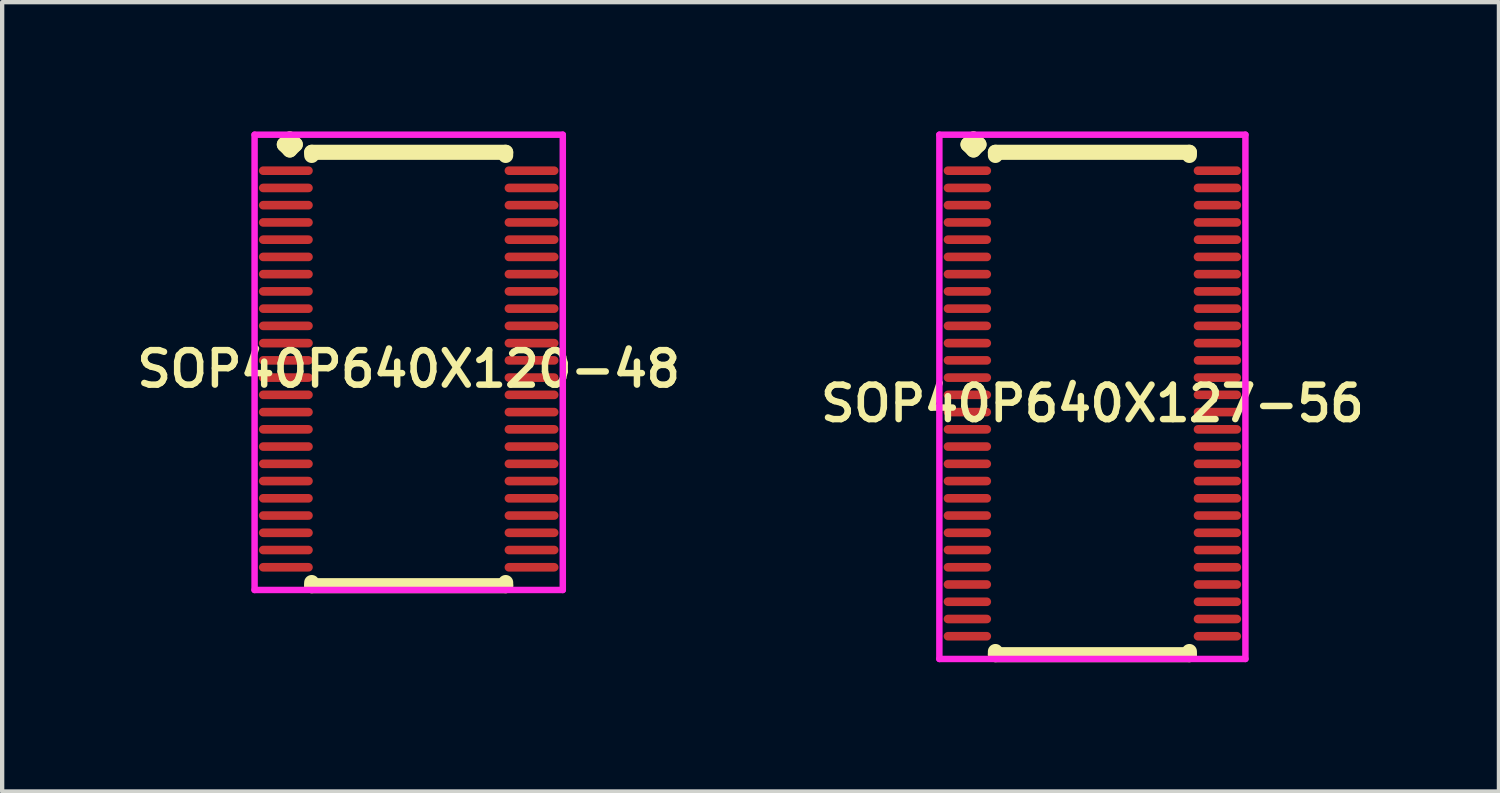
<source format=kicad_pcb>
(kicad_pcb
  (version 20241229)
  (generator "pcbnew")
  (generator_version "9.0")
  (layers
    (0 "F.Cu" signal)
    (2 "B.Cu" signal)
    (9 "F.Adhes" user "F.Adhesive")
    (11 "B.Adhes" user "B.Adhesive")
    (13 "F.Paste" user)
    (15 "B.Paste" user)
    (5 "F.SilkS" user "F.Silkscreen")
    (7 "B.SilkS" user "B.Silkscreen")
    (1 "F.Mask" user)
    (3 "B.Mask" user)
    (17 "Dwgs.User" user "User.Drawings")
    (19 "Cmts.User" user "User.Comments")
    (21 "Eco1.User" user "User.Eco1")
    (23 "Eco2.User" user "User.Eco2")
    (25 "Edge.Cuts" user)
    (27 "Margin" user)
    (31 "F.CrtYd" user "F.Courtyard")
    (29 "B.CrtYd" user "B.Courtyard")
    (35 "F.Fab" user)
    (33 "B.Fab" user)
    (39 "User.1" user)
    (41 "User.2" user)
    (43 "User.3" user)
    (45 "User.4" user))
  (footprint "SOP40P640X127-56"
    (layer "F.Cu")
    (at 22.292 6.31)
    (property "Reference" "SOP40P640X127-56" (at 0 0 0) (layer "F.SilkS") (effects (font (size 0.8 0.8) (thickness 0.15))))
    (attr smd)
    (fp_line (start -2.885 -6.008) (end -2.758 -6.135) (stroke (width 0.35) (type solid)) (layer "F.SilkS"))
    (fp_line (start -2.758 -6.135) (end -2.631 -6.008) (stroke (width 0.35) (type solid)) (layer "F.SilkS"))
    (fp_line (start -2.758 -5.881) (end -2.885 -6.008) (stroke (width 0.35) (type solid)) (layer "F.SilkS"))
    (fp_line (start -2.631 -6.008) (end -2.758 -5.881) (stroke (width 0.35) (type solid)) (layer "F.SilkS"))
    (fp_line (start -2.25 -5.827) (end 2.25 -5.827) (stroke (width 0.35) (type solid)) (layer "F.SilkS"))
    (fp_line (start -2.25 -5.754) (end -2.25 -5.827) (stroke (width 0.35) (type solid)) (layer "F.SilkS"))
    (fp_line (start -2.25 5.754) (end -2.25 5.827) (stroke (width 0.35) (type solid)) (layer "F.SilkS"))
    (fp_line (start -2.25 5.827) (end 2.25 5.827) (stroke (width 0.35) (type solid)) (layer "F.SilkS"))
    (fp_line (start 2.25 -5.827) (end 2.25 -5.754) (stroke (width 0.35) (type solid)) (layer "F.SilkS"))
    (fp_line (start 2.25 5.827) (end 2.25 5.754) (stroke (width 0.35) (type solid)) (layer "F.SilkS"))
    (fp_line (start -3.55 -6.235) (end 3.55 -6.235) (stroke (width 0.15) (type solid)) (layer "F.CrtYd"))
    (fp_line (start -3.55 5.927) (end -3.55 -6.235) (stroke (width 0.15) (type solid)) (layer "F.CrtYd"))
    (fp_line (start 3.55 -6.235) (end 3.55 5.927) (stroke (width 0.15) (type solid)) (layer "F.CrtYd"))
    (fp_line (start 3.55 5.927) (end -3.55 5.927) (stroke (width 0.15) (type solid)) (layer "F.CrtYd"))
    (pad "1" smd oval (at -2.9 -5.4) (size 1.1 0.2) (layers "F.Cu" "F.Mask" "F.Paste"))
    (pad "2" smd oval (at -2.9 -5) (size 1.1 0.2) (layers "F.Cu" "F.Mask" "F.Paste"))
    (pad "3" smd oval (at -2.9 -4.6) (size 1.1 0.2) (layers "F.Cu" "F.Mask" "F.Paste"))
    (pad "4" smd oval (at -2.9 -4.2) (size 1.1 0.2) (layers "F.Cu" "F.Mask" "F.Paste"))
    (pad "5" smd oval (at -2.9 -3.8) (size 1.1 0.2) (layers "F.Cu" "F.Mask" "F.Paste"))
    (pad "6" smd oval (at -2.9 -3.4) (size 1.1 0.2) (layers "F.Cu" "F.Mask" "F.Paste"))
    (pad "7" smd oval (at -2.9 -3) (size 1.1 0.2) (layers "F.Cu" "F.Mask" "F.Paste"))
    (pad "8" smd oval (at -2.9 -2.6) (size 1.1 0.2) (layers "F.Cu" "F.Mask" "F.Paste"))
    (pad "9" smd oval (at -2.9 -2.2) (size 1.1 0.2) (layers "F.Cu" "F.Mask" "F.Paste"))
    (pad "10" smd oval (at -2.9 -1.8) (size 1.1 0.2) (layers "F.Cu" "F.Mask" "F.Paste"))
    (pad "11" smd oval (at -2.9 -1.4) (size 1.1 0.2) (layers "F.Cu" "F.Mask" "F.Paste"))
    (pad "12" smd oval (at -2.9 -1) (size 1.1 0.2) (layers "F.Cu" "F.Mask" "F.Paste"))
    (pad "13" smd oval (at -2.9 -0.6) (size 1.1 0.2) (layers "F.Cu" "F.Mask" "F.Paste"))
    (pad "14" smd oval (at -2.9 -0.2) (size 1.1 0.2) (layers "F.Cu" "F.Mask" "F.Paste"))
    (pad "15" smd oval (at -2.9 0.2) (size 1.1 0.2) (layers "F.Cu" "F.Mask" "F.Paste"))
    (pad "16" smd oval (at -2.9 0.6) (size 1.1 0.2) (layers "F.Cu" "F.Mask" "F.Paste"))
    (pad "17" smd oval (at -2.9 1) (size 1.1 0.2) (layers "F.Cu" "F.Mask" "F.Paste"))
    (pad "18" smd oval (at -2.9 1.4) (size 1.1 0.2) (layers "F.Cu" "F.Mask" "F.Paste"))
    (pad "19" smd oval (at -2.9 1.8) (size 1.1 0.2) (layers "F.Cu" "F.Mask" "F.Paste"))
    (pad "20" smd oval (at -2.9 2.2) (size 1.1 0.2) (layers "F.Cu" "F.Mask" "F.Paste"))
    (pad "21" smd oval (at -2.9 2.6) (size 1.1 0.2) (layers "F.Cu" "F.Mask" "F.Paste"))
    (pad "22" smd oval (at -2.9 3) (size 1.1 0.2) (layers "F.Cu" "F.Mask" "F.Paste"))
    (pad "23" smd oval (at -2.9 3.4) (size 1.1 0.2) (layers "F.Cu" "F.Mask" "F.Paste"))
    (pad "24" smd oval (at -2.9 3.8) (size 1.1 0.2) (layers "F.Cu" "F.Mask" "F.Paste"))
    (pad "25" smd oval (at -2.9 4.2) (size 1.1 0.2) (layers "F.Cu" "F.Mask" "F.Paste"))
    (pad "26" smd oval (at -2.9 4.6) (size 1.1 0.2) (layers "F.Cu" "F.Mask" "F.Paste"))
    (pad "27" smd oval (at -2.9 5) (size 1.1 0.2) (layers "F.Cu" "F.Mask" "F.Paste"))
    (pad "28" smd oval (at -2.9 5.4) (size 1.1 0.2) (layers "F.Cu" "F.Mask" "F.Paste"))
    (pad "29" smd oval (at 2.9 5.4) (size 1.1 0.2) (layers "F.Cu" "F.Mask" "F.Paste"))
    (pad "30" smd oval (at 2.9 5) (size 1.1 0.2) (layers "F.Cu" "F.Mask" "F.Paste"))
    (pad "31" smd oval (at 2.9 4.6) (size 1.1 0.2) (layers "F.Cu" "F.Mask" "F.Paste"))
    (pad "32" smd oval (at 2.9 4.2) (size 1.1 0.2) (layers "F.Cu" "F.Mask" "F.Paste"))
    (pad "33" smd oval (at 2.9 3.8) (size 1.1 0.2) (layers "F.Cu" "F.Mask" "F.Paste"))
    (pad "34" smd oval (at 2.9 3.4) (size 1.1 0.2) (layers "F.Cu" "F.Mask" "F.Paste"))
    (pad "35" smd oval (at 2.9 3) (size 1.1 0.2) (layers "F.Cu" "F.Mask" "F.Paste"))
    (pad "36" smd oval (at 2.9 2.6) (size 1.1 0.2) (layers "F.Cu" "F.Mask" "F.Paste"))
    (pad "37" smd oval (at 2.9 2.2) (size 1.1 0.2) (layers "F.Cu" "F.Mask" "F.Paste"))
    (pad "38" smd oval (at 2.9 1.8) (size 1.1 0.2) (layers "F.Cu" "F.Mask" "F.Paste"))
    (pad "39" smd oval (at 2.9 1.4) (size 1.1 0.2) (layers "F.Cu" "F.Mask" "F.Paste"))
    (pad "40" smd oval (at 2.9 1) (size 1.1 0.2) (layers "F.Cu" "F.Mask" "F.Paste"))
    (pad "41" smd oval (at 2.9 0.6) (size 1.1 0.2) (layers "F.Cu" "F.Mask" "F.Paste"))
    (pad "42" smd oval (at 2.9 0.2) (size 1.1 0.2) (layers "F.Cu" "F.Mask" "F.Paste"))
    (pad "43" smd oval (at 2.9 -0.2) (size 1.1 0.2) (layers "F.Cu" "F.Mask" "F.Paste"))
    (pad "44" smd oval (at 2.9 -0.6) (size 1.1 0.2) (layers "F.Cu" "F.Mask" "F.Paste"))
    (pad "45" smd oval (at 2.9 -1) (size 1.1 0.2) (layers "F.Cu" "F.Mask" "F.Paste"))
    (pad "46" smd oval (at 2.9 -1.4) (size 1.1 0.2) (layers "F.Cu" "F.Mask" "F.Paste"))
    (pad "47" smd oval (at 2.9 -1.8) (size 1.1 0.2) (layers "F.Cu" "F.Mask" "F.Paste"))
    (pad "48" smd oval (at 2.9 -2.2) (size 1.1 0.2) (layers "F.Cu" "F.Mask" "F.Paste"))
    (pad "49" smd oval (at 2.9 -2.6) (size 1.1 0.2) (layers "F.Cu" "F.Mask" "F.Paste"))
    (pad "50" smd oval (at 2.9 -3) (size 1.1 0.2) (layers "F.Cu" "F.Mask" "F.Paste"))
    (pad "51" smd oval (at 2.9 -3.4) (size 1.1 0.2) (layers "F.Cu" "F.Mask" "F.Paste"))
    (pad "52" smd oval (at 2.9 -3.8) (size 1.1 0.2) (layers "F.Cu" "F.Mask" "F.Paste"))
    (pad "53" smd oval (at 2.9 -4.2) (size 1.1 0.2) (layers "F.Cu" "F.Mask" "F.Paste"))
    (pad "54" smd oval (at 2.9 -4.6) (size 1.1 0.2) (layers "F.Cu" "F.Mask" "F.Paste"))
    (pad "55" smd oval (at 2.9 -5) (size 1.1 0.2) (layers "F.Cu" "F.Mask" "F.Paste"))
    (pad "56" smd oval (at 2.9 -5.4) (size 1.1 0.2) (layers "F.Cu" "F.Mask" "F.Paste")))
  (footprint "SOP40P640X120-48"
    (layer "F.Cu")
    (at 6.431 5.51)
    (property "Reference" "SOP40P640X120-48" (at 0 0 0) (layer "F.SilkS") (effects (font (size 0.8 0.8) (thickness 0.15))))
    (attr smd)
    (fp_line (start -2.885 -5.208) (end -2.758 -5.335) (stroke (width 0.35) (type solid)) (layer "F.SilkS"))
    (fp_line (start -2.758 -5.335) (end -2.631 -5.208) (stroke (width 0.35) (type solid)) (layer "F.SilkS"))
    (fp_line (start -2.758 -5.081) (end -2.885 -5.208) (stroke (width 0.35) (type solid)) (layer "F.SilkS"))
    (fp_line (start -2.631 -5.208) (end -2.758 -5.081) (stroke (width 0.35) (type solid)) (layer "F.SilkS"))
    (fp_line (start -2.25 -5.027) (end 2.25 -5.027) (stroke (width 0.35) (type solid)) (layer "F.SilkS"))
    (fp_line (start -2.25 -4.954) (end -2.25 -5.027) (stroke (width 0.35) (type solid)) (layer "F.SilkS"))
    (fp_line (start -2.25 4.954) (end -2.25 5.027) (stroke (width 0.35) (type solid)) (layer "F.SilkS"))
    (fp_line (start -2.25 5.027) (end 2.25 5.027) (stroke (width 0.35) (type solid)) (layer "F.SilkS"))
    (fp_line (start 2.25 -5.027) (end 2.25 -4.954) (stroke (width 0.35) (type solid)) (layer "F.SilkS"))
    (fp_line (start 2.25 5.027) (end 2.25 4.954) (stroke (width 0.35) (type solid)) (layer "F.SilkS"))
    (fp_line (start -3.575 -5.435) (end 3.575 -5.435) (stroke (width 0.15) (type solid)) (layer "F.CrtYd"))
    (fp_line (start -3.575 5.127) (end -3.575 -5.435) (stroke (width 0.15) (type solid)) (layer "F.CrtYd"))
    (fp_line (start 3.575 -5.435) (end 3.575 5.127) (stroke (width 0.15) (type solid)) (layer "F.CrtYd"))
    (fp_line (start 3.575 5.127) (end -3.575 5.127) (stroke (width 0.15) (type solid)) (layer "F.CrtYd"))
    (pad "1" smd oval (at -2.85 -4.6) (size 1.25 0.2) (layers "F.Cu" "F.Mask" "F.Paste"))
    (pad "2" smd oval (at -2.85 -4.2) (size 1.25 0.2) (layers "F.Cu" "F.Mask" "F.Paste"))
    (pad "3" smd oval (at -2.85 -3.8) (size 1.25 0.2) (layers "F.Cu" "F.Mask" "F.Paste"))
    (pad "4" smd oval (at -2.85 -3.4) (size 1.25 0.2) (layers "F.Cu" "F.Mask" "F.Paste"))
    (pad "5" smd oval (at -2.85 -3) (size 1.25 0.2) (layers "F.Cu" "F.Mask" "F.Paste"))
    (pad "6" smd oval (at -2.85 -2.6) (size 1.25 0.2) (layers "F.Cu" "F.Mask" "F.Paste"))
    (pad "7" smd oval (at -2.85 -2.2) (size 1.25 0.2) (layers "F.Cu" "F.Mask" "F.Paste"))
    (pad "8" smd oval (at -2.85 -1.8) (size 1.25 0.2) (layers "F.Cu" "F.Mask" "F.Paste"))
    (pad "9" smd oval (at -2.85 -1.4) (size 1.25 0.2) (layers "F.Cu" "F.Mask" "F.Paste"))
    (pad "10" smd oval (at -2.85 -1) (size 1.25 0.2) (layers "F.Cu" "F.Mask" "F.Paste"))
    (pad "11" smd oval (at -2.85 -0.6) (size 1.25 0.2) (layers "F.Cu" "F.Mask" "F.Paste"))
    (pad "12" smd oval (at -2.85 -0.2) (size 1.25 0.2) (layers "F.Cu" "F.Mask" "F.Paste"))
    (pad "13" smd oval (at -2.85 0.2) (size 1.25 0.2) (layers "F.Cu" "F.Mask" "F.Paste"))
    (pad "14" smd oval (at -2.85 0.6) (size 1.25 0.2) (layers "F.Cu" "F.Mask" "F.Paste"))
    (pad "15" smd oval (at -2.85 1) (size 1.25 0.2) (layers "F.Cu" "F.Mask" "F.Paste"))
    (pad "16" smd oval (at -2.85 1.4) (size 1.25 0.2) (layers "F.Cu" "F.Mask" "F.Paste"))
    (pad "17" smd oval (at -2.85 1.8) (size 1.25 0.2) (layers "F.Cu" "F.Mask" "F.Paste"))
    (pad "18" smd oval (at -2.85 2.2) (size 1.25 0.2) (layers "F.Cu" "F.Mask" "F.Paste"))
    (pad "19" smd oval (at -2.85 2.6) (size 1.25 0.2) (layers "F.Cu" "F.Mask" "F.Paste"))
    (pad "20" smd oval (at -2.85 3) (size 1.25 0.2) (layers "F.Cu" "F.Mask" "F.Paste"))
    (pad "21" smd oval (at -2.85 3.4) (size 1.25 0.2) (layers "F.Cu" "F.Mask" "F.Paste"))
    (pad "22" smd oval (at -2.85 3.8) (size 1.25 0.2) (layers "F.Cu" "F.Mask" "F.Paste"))
    (pad "23" smd oval (at -2.85 4.2) (size 1.25 0.2) (layers "F.Cu" "F.Mask" "F.Paste"))
    (pad "24" smd oval (at -2.85 4.6) (size 1.25 0.2) (layers "F.Cu" "F.Mask" "F.Paste"))
    (pad "25" smd oval (at 2.85 4.6) (size 1.25 0.2) (layers "F.Cu" "F.Mask" "F.Paste"))
    (pad "26" smd oval (at 2.85 4.2) (size 1.25 0.2) (layers "F.Cu" "F.Mask" "F.Paste"))
    (pad "27" smd oval (at 2.85 3.8) (size 1.25 0.2) (layers "F.Cu" "F.Mask" "F.Paste"))
    (pad "28" smd oval (at 2.85 3.4) (size 1.25 0.2) (layers "F.Cu" "F.Mask" "F.Paste"))
    (pad "29" smd oval (at 2.85 3) (size 1.25 0.2) (layers "F.Cu" "F.Mask" "F.Paste"))
    (pad "30" smd oval (at 2.85 2.6) (size 1.25 0.2) (layers "F.Cu" "F.Mask" "F.Paste"))
    (pad "31" smd oval (at 2.85 2.2) (size 1.25 0.2) (layers "F.Cu" "F.Mask" "F.Paste"))
    (pad "32" smd oval (at 2.85 1.8) (size 1.25 0.2) (layers "F.Cu" "F.Mask" "F.Paste"))
    (pad "33" smd oval (at 2.85 1.4) (size 1.25 0.2) (layers "F.Cu" "F.Mask" "F.Paste"))
    (pad "34" smd oval (at 2.85 1) (size 1.25 0.2) (layers "F.Cu" "F.Mask" "F.Paste"))
    (pad "35" smd oval (at 2.85 0.6) (size 1.25 0.2) (layers "F.Cu" "F.Mask" "F.Paste"))
    (pad "36" smd oval (at 2.85 0.2) (size 1.25 0.2) (layers "F.Cu" "F.Mask" "F.Paste"))
    (pad "37" smd oval (at 2.85 -0.2) (size 1.25 0.2) (layers "F.Cu" "F.Mask" "F.Paste"))
    (pad "38" smd oval (at 2.85 -0.6) (size 1.25 0.2) (layers "F.Cu" "F.Mask" "F.Paste"))
    (pad "39" smd oval (at 2.85 -1) (size 1.25 0.2) (layers "F.Cu" "F.Mask" "F.Paste"))
    (pad "40" smd oval (at 2.85 -1.4) (size 1.25 0.2) (layers "F.Cu" "F.Mask" "F.Paste"))
    (pad "41" smd oval (at 2.85 -1.8) (size 1.25 0.2) (layers "F.Cu" "F.Mask" "F.Paste"))
    (pad "42" smd oval (at 2.85 -2.2) (size 1.25 0.2) (layers "F.Cu" "F.Mask" "F.Paste"))
    (pad "43" smd oval (at 2.85 -2.6) (size 1.25 0.2) (layers "F.Cu" "F.Mask" "F.Paste"))
    (pad "44" smd oval (at 2.85 -3) (size 1.25 0.2) (layers "F.Cu" "F.Mask" "F.Paste"))
    (pad "45" smd oval (at 2.85 -3.4) (size 1.25 0.2) (layers "F.Cu" "F.Mask" "F.Paste"))
    (pad "46" smd oval (at 2.85 -3.8) (size 1.25 0.2) (layers "F.Cu" "F.Mask" "F.Paste"))
    (pad "47" smd oval (at 2.85 -4.2) (size 1.25 0.2) (layers "F.Cu" "F.Mask" "F.Paste"))
    (pad "48" smd oval (at 2.85 -4.6) (size 1.25 0.2) (layers "F.Cu" "F.Mask" "F.Paste")))
  (gr_rect
    (start -3 -3)
    (end 31.723 15.312)
    (stroke (width 0.1) (type default))
    (fill no)
    (layer "Edge.Cuts")))
</source>
